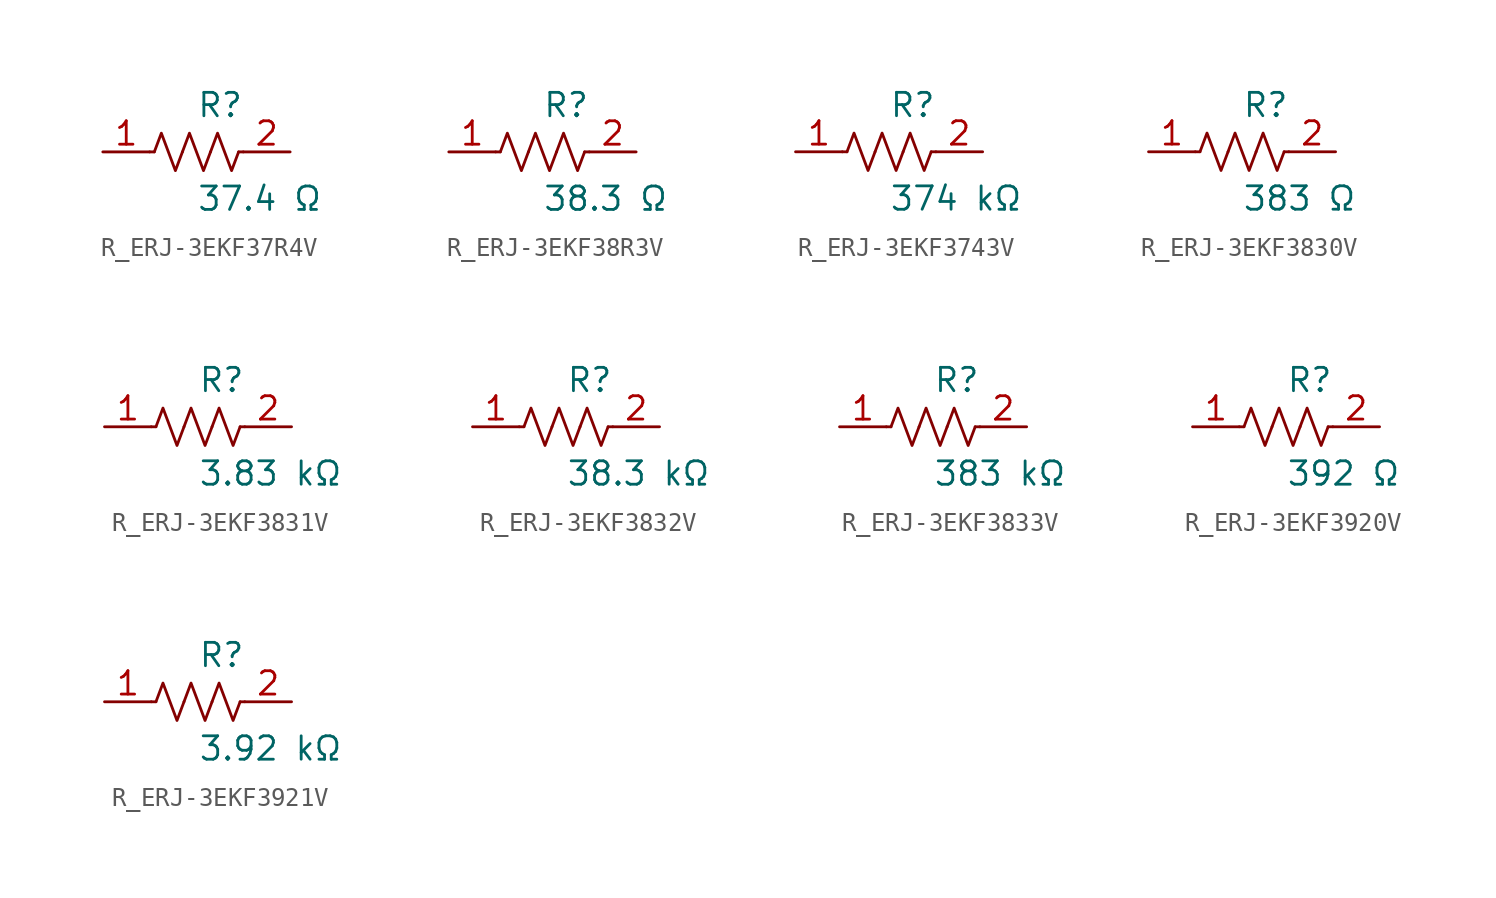
<source format=kicad_sym>
(kicad_symbol_lib
  (version 20231120)
  (generator "kicad_symbol_editor")
  (generator_version "8.0")
  (symbol "R_ERJ-3EKF37R4V"
    (pin_names
      (offset 0.254))
    (property "Reference" "R"
      (at 0 2.54 0)
      (effects (font (size 1.27 1.27)) (justify left)))
    (property "Value" "37.4 Ω"
      (at 0 -2.54 0)
      (effects (font (size 1.27 1.27)) (justify left)))
    (symbol "R_ERJ-3EKF37R4V_0_1"
      (polyline (pts (xy 2.286 0) (xy 2.54 0)) (stroke (width 0) (type default)) (fill (type none)))
      (polyline (pts (xy -2.286 0) (xy -2.54 0)) (stroke (width 0) (type default)) (fill (type none)))
      (polyline (pts (xy 0.762 0) (xy 1.143 1.016) (xy 1.524 0) (xy 1.905 -1.016) (xy 2.286 0)) (stroke (width 0) (type default)) (fill (type none)))
      (polyline (pts (xy -0.762 0) (xy -0.381 1.016) (xy 0 0) (xy 0.381 -1.016) (xy 0.762 0)) (stroke (width 0) (type default)) (fill (type none)))
      (polyline (pts (xy -2.286 0) (xy -1.905 1.016) (xy -1.524 0) (xy -1.143 -1.016) (xy -0.762 0)) (stroke (width 0) (type default)) (fill (type none))))
    (pin unspecified line
      (at -5.08 0 0)
      (length 2.54)
      (name "" (effects (font (size 1.27 1.27))))
      (number "1" (effects (font (size 1.27 1.27)))))
    (pin unspecified line
      (at 5.08 0 180)
      (length 2.54)
      (name "" (effects (font (size 1.27 1.27))))
      (number "2" (effects (font (size 1.27 1.27))))))
  (symbol "R_ERJ-3EKF38R3V"
    (pin_names
      (offset 0.254))
    (property "Reference" "R"
      (at 0 2.54 0)
      (effects (font (size 1.27 1.27)) (justify left)))
    (property "Value" "38.3 Ω"
      (at 0 -2.54 0)
      (effects (font (size 1.27 1.27)) (justify left)))
    (symbol "R_ERJ-3EKF38R3V_0_1"
      (polyline (pts (xy 2.286 0) (xy 2.54 0)) (stroke (width 0) (type default)) (fill (type none)))
      (polyline (pts (xy -2.286 0) (xy -2.54 0)) (stroke (width 0) (type default)) (fill (type none)))
      (polyline (pts (xy 0.762 0) (xy 1.143 1.016) (xy 1.524 0) (xy 1.905 -1.016) (xy 2.286 0)) (stroke (width 0) (type default)) (fill (type none)))
      (polyline (pts (xy -0.762 0) (xy -0.381 1.016) (xy 0 0) (xy 0.381 -1.016) (xy 0.762 0)) (stroke (width 0) (type default)) (fill (type none)))
      (polyline (pts (xy -2.286 0) (xy -1.905 1.016) (xy -1.524 0) (xy -1.143 -1.016) (xy -0.762 0)) (stroke (width 0) (type default)) (fill (type none))))
    (pin unspecified line
      (at -5.08 0 0)
      (length 2.54)
      (name "" (effects (font (size 1.27 1.27))))
      (number "1" (effects (font (size 1.27 1.27)))))
    (pin unspecified line
      (at 5.08 0 180)
      (length 2.54)
      (name "" (effects (font (size 1.27 1.27))))
      (number "2" (effects (font (size 1.27 1.27))))))
  (symbol "R_ERJ-3EKF3743V"
    (pin_names
      (offset 0.254))
    (property "Reference" "R"
      (at 0 2.54 0)
      (effects (font (size 1.27 1.27)) (justify left)))
    (property "Value" "374 kΩ"
      (at 0 -2.54 0)
      (effects (font (size 1.27 1.27)) (justify left)))
    (symbol "R_ERJ-3EKF3743V_0_1"
      (polyline (pts (xy 2.286 0) (xy 2.54 0)) (stroke (width 0) (type default)) (fill (type none)))
      (polyline (pts (xy -2.286 0) (xy -2.54 0)) (stroke (width 0) (type default)) (fill (type none)))
      (polyline (pts (xy 0.762 0) (xy 1.143 1.016) (xy 1.524 0) (xy 1.905 -1.016) (xy 2.286 0)) (stroke (width 0) (type default)) (fill (type none)))
      (polyline (pts (xy -0.762 0) (xy -0.381 1.016) (xy 0 0) (xy 0.381 -1.016) (xy 0.762 0)) (stroke (width 0) (type default)) (fill (type none)))
      (polyline (pts (xy -2.286 0) (xy -1.905 1.016) (xy -1.524 0) (xy -1.143 -1.016) (xy -0.762 0)) (stroke (width 0) (type default)) (fill (type none))))
    (pin unspecified line
      (at -5.08 0 0)
      (length 2.54)
      (name "" (effects (font (size 1.27 1.27))))
      (number "1" (effects (font (size 1.27 1.27)))))
    (pin unspecified line
      (at 5.08 0 180)
      (length 2.54)
      (name "" (effects (font (size 1.27 1.27))))
      (number "2" (effects (font (size 1.27 1.27))))))
  (symbol "R_ERJ-3EKF3830V"
    (pin_names
      (offset 0.254))
    (property "Reference" "R"
      (at 0 2.54 0)
      (effects (font (size 1.27 1.27)) (justify left)))
    (property "Value" "383 Ω"
      (at 0 -2.54 0)
      (effects (font (size 1.27 1.27)) (justify left)))
    (symbol "R_ERJ-3EKF3830V_0_1"
      (polyline (pts (xy 2.286 0) (xy 2.54 0)) (stroke (width 0) (type default)) (fill (type none)))
      (polyline (pts (xy -2.286 0) (xy -2.54 0)) (stroke (width 0) (type default)) (fill (type none)))
      (polyline (pts (xy 0.762 0) (xy 1.143 1.016) (xy 1.524 0) (xy 1.905 -1.016) (xy 2.286 0)) (stroke (width 0) (type default)) (fill (type none)))
      (polyline (pts (xy -0.762 0) (xy -0.381 1.016) (xy 0 0) (xy 0.381 -1.016) (xy 0.762 0)) (stroke (width 0) (type default)) (fill (type none)))
      (polyline (pts (xy -2.286 0) (xy -1.905 1.016) (xy -1.524 0) (xy -1.143 -1.016) (xy -0.762 0)) (stroke (width 0) (type default)) (fill (type none))))
    (pin unspecified line
      (at -5.08 0 0)
      (length 2.54)
      (name "" (effects (font (size 1.27 1.27))))
      (number "1" (effects (font (size 1.27 1.27)))))
    (pin unspecified line
      (at 5.08 0 180)
      (length 2.54)
      (name "" (effects (font (size 1.27 1.27))))
      (number "2" (effects (font (size 1.27 1.27))))))
  (symbol "R_ERJ-3EKF3831V"
    (pin_names
      (offset 0.254))
    (property "Reference" "R"
      (at 0 2.54 0)
      (effects (font (size 1.27 1.27)) (justify left)))
    (property "Value" "3.83 kΩ"
      (at 0 -2.54 0)
      (effects (font (size 1.27 1.27)) (justify left)))
    (symbol "R_ERJ-3EKF3831V_0_1"
      (polyline (pts (xy 2.286 0) (xy 2.54 0)) (stroke (width 0) (type default)) (fill (type none)))
      (polyline (pts (xy -2.286 0) (xy -2.54 0)) (stroke (width 0) (type default)) (fill (type none)))
      (polyline (pts (xy 0.762 0) (xy 1.143 1.016) (xy 1.524 0) (xy 1.905 -1.016) (xy 2.286 0)) (stroke (width 0) (type default)) (fill (type none)))
      (polyline (pts (xy -0.762 0) (xy -0.381 1.016) (xy 0 0) (xy 0.381 -1.016) (xy 0.762 0)) (stroke (width 0) (type default)) (fill (type none)))
      (polyline (pts (xy -2.286 0) (xy -1.905 1.016) (xy -1.524 0) (xy -1.143 -1.016) (xy -0.762 0)) (stroke (width 0) (type default)) (fill (type none))))
    (pin unspecified line
      (at -5.08 0 0)
      (length 2.54)
      (name "" (effects (font (size 1.27 1.27))))
      (number "1" (effects (font (size 1.27 1.27)))))
    (pin unspecified line
      (at 5.08 0 180)
      (length 2.54)
      (name "" (effects (font (size 1.27 1.27))))
      (number "2" (effects (font (size 1.27 1.27))))))
  (symbol "R_ERJ-3EKF3832V"
    (pin_names
      (offset 0.254))
    (property "Reference" "R"
      (at 0 2.54 0)
      (effects (font (size 1.27 1.27)) (justify left)))
    (property "Value" "38.3 kΩ"
      (at 0 -2.54 0)
      (effects (font (size 1.27 1.27)) (justify left)))
    (symbol "R_ERJ-3EKF3832V_0_1"
      (polyline (pts (xy 2.286 0) (xy 2.54 0)) (stroke (width 0) (type default)) (fill (type none)))
      (polyline (pts (xy -2.286 0) (xy -2.54 0)) (stroke (width 0) (type default)) (fill (type none)))
      (polyline (pts (xy 0.762 0) (xy 1.143 1.016) (xy 1.524 0) (xy 1.905 -1.016) (xy 2.286 0)) (stroke (width 0) (type default)) (fill (type none)))
      (polyline (pts (xy -0.762 0) (xy -0.381 1.016) (xy 0 0) (xy 0.381 -1.016) (xy 0.762 0)) (stroke (width 0) (type default)) (fill (type none)))
      (polyline (pts (xy -2.286 0) (xy -1.905 1.016) (xy -1.524 0) (xy -1.143 -1.016) (xy -0.762 0)) (stroke (width 0) (type default)) (fill (type none))))
    (pin unspecified line
      (at -5.08 0 0)
      (length 2.54)
      (name "" (effects (font (size 1.27 1.27))))
      (number "1" (effects (font (size 1.27 1.27)))))
    (pin unspecified line
      (at 5.08 0 180)
      (length 2.54)
      (name "" (effects (font (size 1.27 1.27))))
      (number "2" (effects (font (size 1.27 1.27))))))
  (symbol "R_ERJ-3EKF3833V"
    (pin_names
      (offset 0.254))
    (property "Reference" "R"
      (at 0 2.54 0)
      (effects (font (size 1.27 1.27)) (justify left)))
    (property "Value" "383 kΩ"
      (at 0 -2.54 0)
      (effects (font (size 1.27 1.27)) (justify left)))
    (symbol "R_ERJ-3EKF3833V_0_1"
      (polyline (pts (xy 2.286 0) (xy 2.54 0)) (stroke (width 0) (type default)) (fill (type none)))
      (polyline (pts (xy -2.286 0) (xy -2.54 0)) (stroke (width 0) (type default)) (fill (type none)))
      (polyline (pts (xy 0.762 0) (xy 1.143 1.016) (xy 1.524 0) (xy 1.905 -1.016) (xy 2.286 0)) (stroke (width 0) (type default)) (fill (type none)))
      (polyline (pts (xy -0.762 0) (xy -0.381 1.016) (xy 0 0) (xy 0.381 -1.016) (xy 0.762 0)) (stroke (width 0) (type default)) (fill (type none)))
      (polyline (pts (xy -2.286 0) (xy -1.905 1.016) (xy -1.524 0) (xy -1.143 -1.016) (xy -0.762 0)) (stroke (width 0) (type default)) (fill (type none))))
    (pin unspecified line
      (at -5.08 0 0)
      (length 2.54)
      (name "" (effects (font (size 1.27 1.27))))
      (number "1" (effects (font (size 1.27 1.27)))))
    (pin unspecified line
      (at 5.08 0 180)
      (length 2.54)
      (name "" (effects (font (size 1.27 1.27))))
      (number "2" (effects (font (size 1.27 1.27))))))
  (symbol "R_ERJ-3EKF3920V"
    (pin_names
      (offset 0.254))
    (property "Reference" "R"
      (at 0 2.54 0)
      (effects (font (size 1.27 1.27)) (justify left)))
    (property "Value" "392 Ω"
      (at 0 -2.54 0)
      (effects (font (size 1.27 1.27)) (justify left)))
    (symbol "R_ERJ-3EKF3920V_0_1"
      (polyline (pts (xy 2.286 0) (xy 2.54 0)) (stroke (width 0) (type default)) (fill (type none)))
      (polyline (pts (xy -2.286 0) (xy -2.54 0)) (stroke (width 0) (type default)) (fill (type none)))
      (polyline (pts (xy 0.762 0) (xy 1.143 1.016) (xy 1.524 0) (xy 1.905 -1.016) (xy 2.286 0)) (stroke (width 0) (type default)) (fill (type none)))
      (polyline (pts (xy -0.762 0) (xy -0.381 1.016) (xy 0 0) (xy 0.381 -1.016) (xy 0.762 0)) (stroke (width 0) (type default)) (fill (type none)))
      (polyline (pts (xy -2.286 0) (xy -1.905 1.016) (xy -1.524 0) (xy -1.143 -1.016) (xy -0.762 0)) (stroke (width 0) (type default)) (fill (type none))))
    (pin unspecified line
      (at -5.08 0 0)
      (length 2.54)
      (name "" (effects (font (size 1.27 1.27))))
      (number "1" (effects (font (size 1.27 1.27)))))
    (pin unspecified line
      (at 5.08 0 180)
      (length 2.54)
      (name "" (effects (font (size 1.27 1.27))))
      (number "2" (effects (font (size 1.27 1.27))))))
  (symbol "R_ERJ-3EKF3921V"
    (pin_names
      (offset 0.254))
    (property "Reference" "R"
      (at 0 2.54 0)
      (effects (font (size 1.27 1.27)) (justify left)))
    (property "Value" "3.92 kΩ"
      (at 0 -2.54 0)
      (effects (font (size 1.27 1.27)) (justify left)))
    (symbol "R_ERJ-3EKF3921V_0_1"
      (polyline (pts (xy 2.286 0) (xy 2.54 0)) (stroke (width 0) (type default)) (fill (type none)))
      (polyline (pts (xy -2.286 0) (xy -2.54 0)) (stroke (width 0) (type default)) (fill (type none)))
      (polyline (pts (xy 0.762 0) (xy 1.143 1.016) (xy 1.524 0) (xy 1.905 -1.016) (xy 2.286 0)) (stroke (width 0) (type default)) (fill (type none)))
      (polyline (pts (xy -0.762 0) (xy -0.381 1.016) (xy 0 0) (xy 0.381 -1.016) (xy 0.762 0)) (stroke (width 0) (type default)) (fill (type none)))
      (polyline (pts (xy -2.286 0) (xy -1.905 1.016) (xy -1.524 0) (xy -1.143 -1.016) (xy -0.762 0)) (stroke (width 0) (type default)) (fill (type none))))
    (pin unspecified line
      (at -5.08 0 0)
      (length 2.54)
      (name "" (effects (font (size 1.27 1.27))))
      (number "1" (effects (font (size 1.27 1.27)))))
    (pin unspecified line
      (at 5.08 0 180)
      (length 2.54)
      (name "" (effects (font (size 1.27 1.27))))
      (number "2" (effects (font (size 1.27 1.27)))))))
</source>
